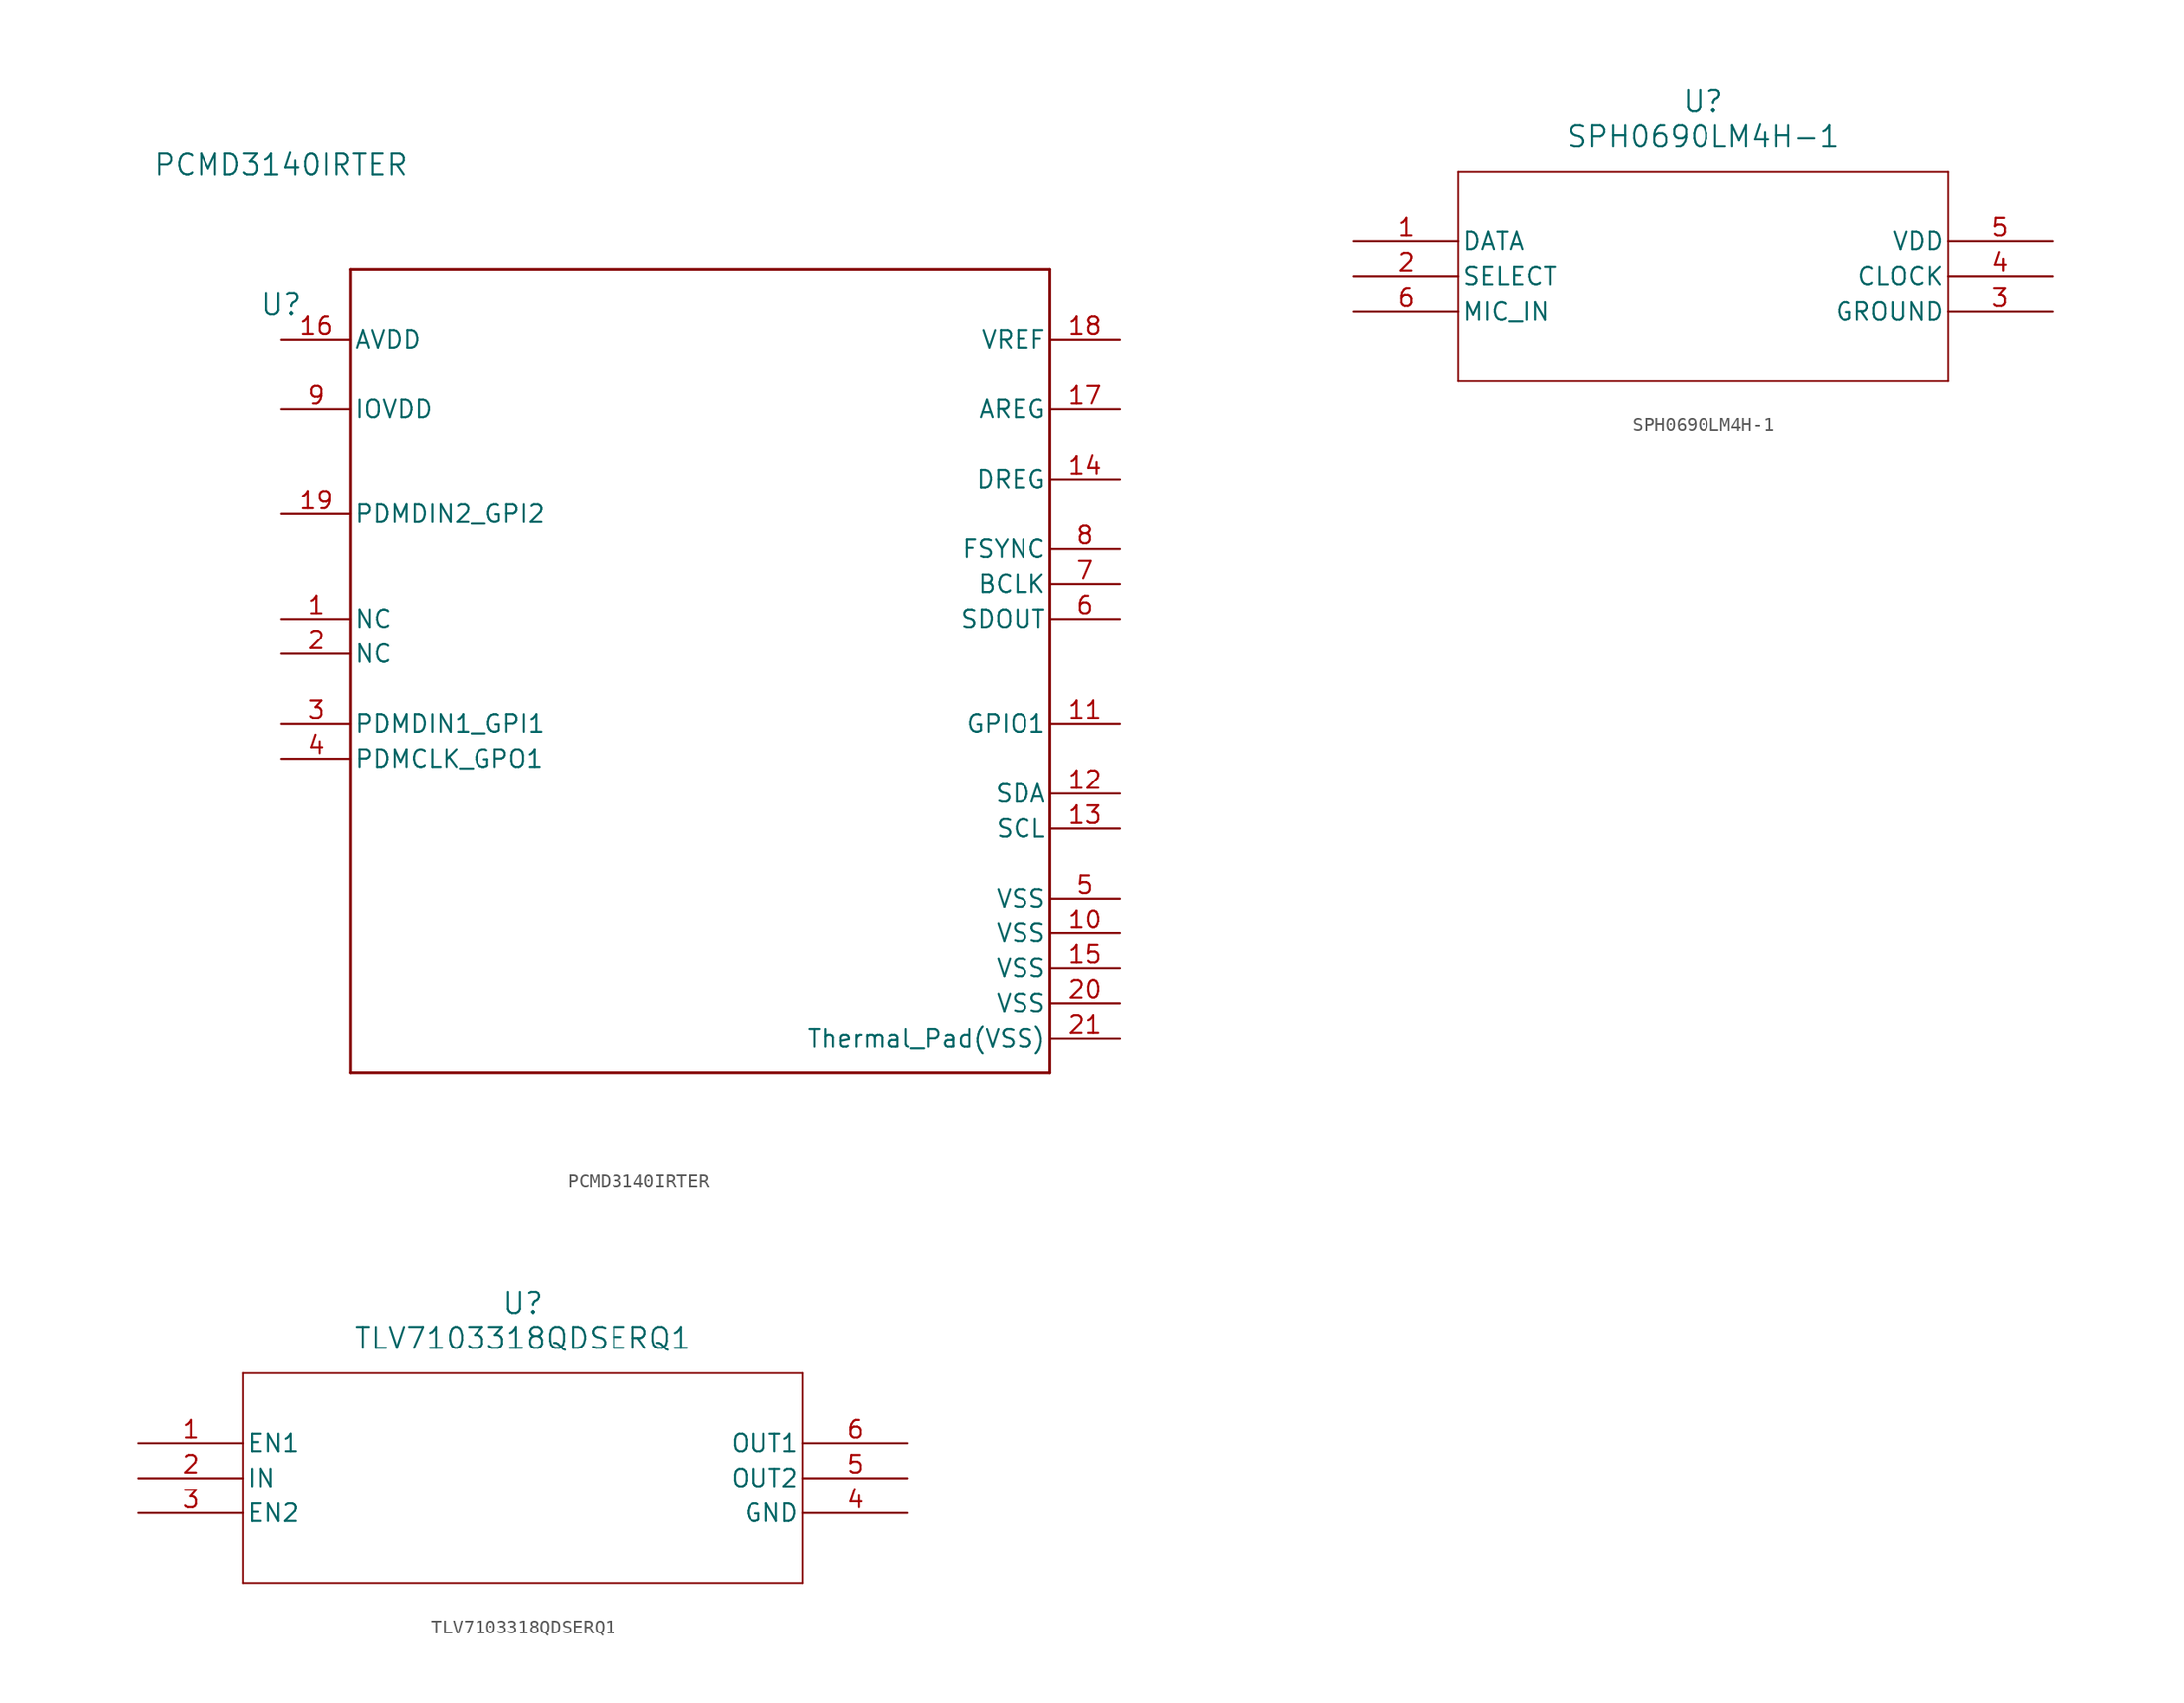
<source format=kicad_sym>
(kicad_symbol_lib
  (version 20220914)
  (generator kicad_symbol_editor)
  (symbol "PCMD3140IRTER"
    (pin_names
      (offset 0.254))
    (property "Reference" "U"
      (at 0 2.54 0)
      (effects (font (size 1.524 1.524))))
    (property "Value" "PCMD3140IRTER"
      (at 0 12.7 0)
      (effects (font (size 1.524 1.524))))
    (property "ki_locked" ""
      (at 0 0 0)
      (effects (font (size 1.27 1.27))))
    (symbol "PCMD3140IRTER_0_1"
      (polyline (pts (xy 5.08 -53.34) (xy 55.88 -53.34)) (stroke (width 0.203) (type default)) (fill (type none)))
      (polyline (pts (xy 5.08 5.08) (xy 5.08 -53.34)) (stroke (width 0.203) (type default)) (fill (type none)))
      (polyline (pts (xy 55.88 -53.34) (xy 55.88 5.08)) (stroke (width 0.203) (type default)) (fill (type none)))
      (polyline (pts (xy 55.88 5.08) (xy 5.08 5.08)) (stroke (width 0.203) (type default)) (fill (type none)))
      (pin unspecified line (at 0 -20.32 0) (length 5.08) (name "NC" (effects (font (size 1.27 1.27)))) (number "1" (effects (font (size 1.27 1.27)))))
      (pin power_in line (at 60.96 -43.18 180) (length 5.08) (name "VSS" (effects (font (size 1.27 1.27)))) (number "10" (effects (font (size 1.27 1.27)))))
      (pin bidirectional line (at 60.96 -27.94 180) (length 5.08) (name "GPIO1" (effects (font (size 1.27 1.27)))) (number "11" (effects (font (size 1.27 1.27)))))
      (pin bidirectional line (at 60.96 -33.02 180) (length 5.08) (name "SDA" (effects (font (size 1.27 1.27)))) (number "12" (effects (font (size 1.27 1.27)))))
      (pin input line (at 60.96 -35.56 180) (length 5.08) (name "SCL" (effects (font (size 1.27 1.27)))) (number "13" (effects (font (size 1.27 1.27)))))
      (pin unspecified line (at 60.96 -10.16 180) (length 5.08) (name "DREG" (effects (font (size 1.27 1.27)))) (number "14" (effects (font (size 1.27 1.27)))))
      (pin power_in line (at 60.96 -45.72 180) (length 5.08) (name "VSS" (effects (font (size 1.27 1.27)))) (number "15" (effects (font (size 1.27 1.27)))))
      (pin power_in line (at 0 0 0) (length 5.08) (name "AVDD" (effects (font (size 1.27 1.27)))) (number "16" (effects (font (size 1.27 1.27)))))
      (pin unspecified line (at 60.96 -5.08 180) (length 5.08) (name "AREG" (effects (font (size 1.27 1.27)))) (number "17" (effects (font (size 1.27 1.27)))))
      (pin unspecified line (at 60.96 0 180) (length 5.08) (name "VREF" (effects (font (size 1.27 1.27)))) (number "18" (effects (font (size 1.27 1.27)))))
      (pin bidirectional line (at 0 -12.7 0) (length 5.08) (name "PDMDIN2_GPI2" (effects (font (size 1.27 1.27)))) (number "19" (effects (font (size 1.27 1.27)))))
      (pin unspecified line (at 0 -22.86 0) (length 5.08) (name "NC" (effects (font (size 1.27 1.27)))) (number "2" (effects (font (size 1.27 1.27)))))
      (pin power_in line (at 60.96 -48.26 180) (length 5.08) (name "VSS" (effects (font (size 1.27 1.27)))) (number "20" (effects (font (size 1.27 1.27)))))
      (pin power_in line (at 60.96 -50.8 180) (length 5.08) (name "Thermal_Pad(VSS)" (effects (font (size 1.27 1.27)))) (number "21" (effects (font (size 1.27 1.27)))))
      (pin input line (at 0 -27.94 0) (length 5.08) (name "PDMDIN1_GPI1" (effects (font (size 1.27 1.27)))) (number "3" (effects (font (size 1.27 1.27)))))
      (pin output line (at 0 -30.48 0) (length 5.08) (name "PDMCLK_GPO1" (effects (font (size 1.27 1.27)))) (number "4" (effects (font (size 1.27 1.27)))))
      (pin power_in line (at 60.96 -40.64 180) (length 5.08) (name "VSS" (effects (font (size 1.27 1.27)))) (number "5" (effects (font (size 1.27 1.27)))))
      (pin output line (at 60.96 -20.32 180) (length 5.08) (name "SDOUT" (effects (font (size 1.27 1.27)))) (number "6" (effects (font (size 1.27 1.27)))))
      (pin input line (at 60.96 -17.78 180) (length 5.08) (name "BCLK" (effects (font (size 1.27 1.27)))) (number "7" (effects (font (size 1.27 1.27)))))
      (pin input line (at 60.96 -15.24 180) (length 5.08) (name "FSYNC" (effects (font (size 1.27 1.27)))) (number "8" (effects (font (size 1.27 1.27)))))
      (pin power_in line (at 0 -5.08 0) (length 5.08) (name "IOVDD" (effects (font (size 1.27 1.27)))) (number "9" (effects (font (size 1.27 1.27)))))))
  (symbol "SPH0690LM4H-1"
    (pin_names
      (offset 0.254))
    (property "Reference" "U"
      (at 25.4 10.16 0)
      (effects (font (size 1.524 1.524))))
    (property "Value" "SPH0690LM4H-1"
      (at 25.4 7.62 0)
      (effects (font (size 1.524 1.524))))
    (property "ki_locked" ""
      (at 0 0 0)
      (effects (font (size 1.27 1.27))))
    (symbol "SPH0690LM4H-1_0_1"
      (polyline (pts (xy 7.62 -10.16) (xy 43.18 -10.16)) (stroke (width 0.127) (type default)) (fill (type none)))
      (polyline (pts (xy 7.62 5.08) (xy 7.62 -10.16)) (stroke (width 0.127) (type default)) (fill (type none)))
      (polyline (pts (xy 43.18 -10.16) (xy 43.18 5.08)) (stroke (width 0.127) (type default)) (fill (type none)))
      (polyline (pts (xy 43.18 5.08) (xy 7.62 5.08)) (stroke (width 0.127) (type default)) (fill (type none)))
      (pin output line (at 0 0 0) (length 7.62) (name "DATA" (effects (font (size 1.27 1.27)))) (number "1" (effects (font (size 1.27 1.27)))))
      (pin input line (at 0 -2.54 0) (length 7.62) (name "SELECT" (effects (font (size 1.27 1.27)))) (number "2" (effects (font (size 1.27 1.27)))))
      (pin power_out line (at 50.8 -5.08 180) (length 7.62) (name "GROUND" (effects (font (size 1.27 1.27)))) (number "3" (effects (font (size 1.27 1.27)))))
      (pin input line (at 50.8 -2.54 180) (length 7.62) (name "CLOCK" (effects (font (size 1.27 1.27)))) (number "4" (effects (font (size 1.27 1.27)))))
      (pin power_in line (at 50.8 0 180) (length 7.62) (name "VDD" (effects (font (size 1.27 1.27)))) (number "5" (effects (font (size 1.27 1.27))))))
    (symbol "SPH0690LM4H-1_1_1"
      (pin input line (at 0 -5.08 0) (length 7.62) (name "MIC_IN" (effects (font (size 1.27 1.27)))) (number "6" (effects (font (size 1.27 1.27)))))))
  (symbol "TLV7103318QDSERQ1"
    (pin_names
      (offset 0.254))
    (property "Reference" "U"
      (at 27.94 10.16 0)
      (effects (font (size 1.524 1.524))))
    (property "Value" "TLV7103318QDSERQ1"
      (at 27.94 7.62 0)
      (effects (font (size 1.524 1.524))))
    (property "ki_locked" ""
      (at 0 0 0)
      (effects (font (size 1.27 1.27))))
    (symbol "TLV7103318QDSERQ1_0_1"
      (polyline (pts (xy 7.62 -10.16) (xy 48.26 -10.16)) (stroke (width 0.127) (type default)) (fill (type none)))
      (polyline (pts (xy 7.62 5.08) (xy 7.62 -10.16)) (stroke (width 0.127) (type default)) (fill (type none)))
      (polyline (pts (xy 48.26 -10.16) (xy 48.26 5.08)) (stroke (width 0.127) (type default)) (fill (type none)))
      (polyline (pts (xy 48.26 5.08) (xy 7.62 5.08)) (stroke (width 0.127) (type default)) (fill (type none)))
      (pin unspecified line (at 0 0 0) (length 7.62) (name "EN1" (effects (font (size 1.27 1.27)))) (number "1" (effects (font (size 1.27 1.27)))))
      (pin input line (at 0 -2.54 0) (length 7.62) (name "IN" (effects (font (size 1.27 1.27)))) (number "2" (effects (font (size 1.27 1.27)))))
      (pin unspecified line (at 0 -5.08 0) (length 7.62) (name "EN2" (effects (font (size 1.27 1.27)))) (number "3" (effects (font (size 1.27 1.27)))))
      (pin power_in line (at 55.88 -5.08 180) (length 7.62) (name "GND" (effects (font (size 1.27 1.27)))) (number "4" (effects (font (size 1.27 1.27)))))
      (pin output line (at 55.88 -2.54 180) (length 7.62) (name "OUT2" (effects (font (size 1.27 1.27)))) (number "5" (effects (font (size 1.27 1.27)))))
      (pin output line (at 55.88 0 180) (length 7.62) (name "OUT1" (effects (font (size 1.27 1.27)))) (number "6" (effects (font (size 1.27 1.27))))))))
</source>
